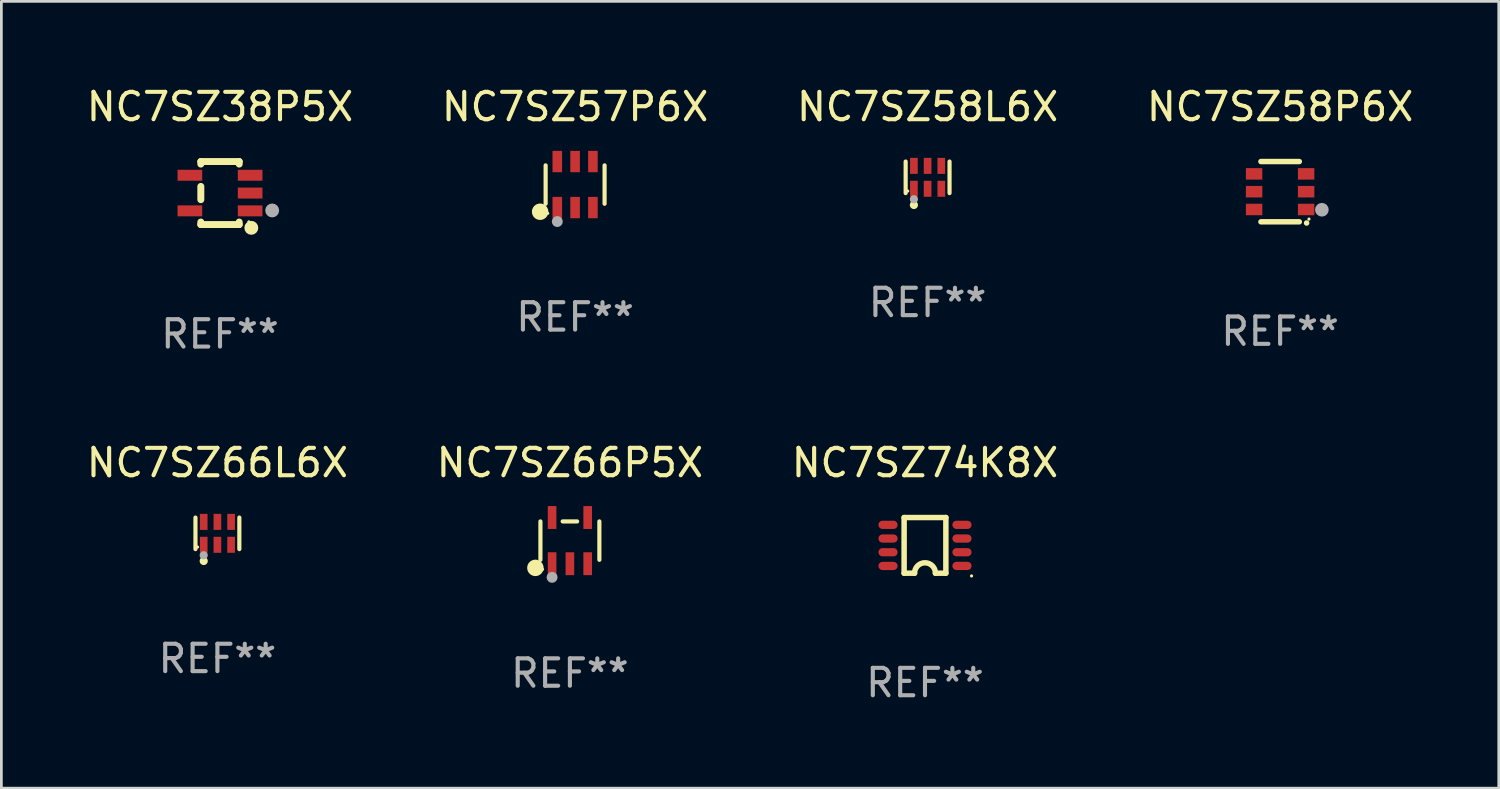
<source format=kicad_pcb>
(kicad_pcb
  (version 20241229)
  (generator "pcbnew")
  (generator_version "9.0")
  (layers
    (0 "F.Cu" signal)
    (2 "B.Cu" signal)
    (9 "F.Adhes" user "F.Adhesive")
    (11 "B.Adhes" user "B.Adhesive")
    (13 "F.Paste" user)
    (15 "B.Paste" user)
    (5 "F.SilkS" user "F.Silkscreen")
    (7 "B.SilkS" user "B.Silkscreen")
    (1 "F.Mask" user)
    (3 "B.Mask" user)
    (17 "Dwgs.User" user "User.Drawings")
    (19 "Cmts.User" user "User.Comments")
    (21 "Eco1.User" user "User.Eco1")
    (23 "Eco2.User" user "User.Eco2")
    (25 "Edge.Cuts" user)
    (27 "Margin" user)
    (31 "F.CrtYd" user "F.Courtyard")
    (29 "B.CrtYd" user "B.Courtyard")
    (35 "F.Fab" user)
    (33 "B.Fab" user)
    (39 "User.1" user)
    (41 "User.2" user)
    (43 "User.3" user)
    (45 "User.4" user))
  (footprint "NC7SZ57P6X"
    (layer "F.Cu")
    (at 17.946 3.688)
    (property "Reference" "NC7SZ57P6X" (at 0 -2.84 0) (layer "F.SilkS") (effects (font (size 1 1) (thickness 0.15))))
    (attr through_hole)
    (fp_line (start -1.076 0.701) (end -1.076 -0.701) (stroke (width 0.152) (type solid)) (layer "F.SilkS"))
    (fp_line (start 1.076 0.701) (end 1.076 -0.701) (stroke (width 0.152) (type solid)) (layer "F.SilkS"))
    (fp_circle (center -1.277 0.992) (end -1.127 0.992) (stroke (width 0.3) (type solid)) (fill no) (layer "F.SilkS"))
    (fp_circle (center -1 1.05) (end -0.97 1.05) (stroke (width 0.06) (type solid)) (fill no) (layer "F.SilkS"))
    (fp_circle (center -0.65 1.35) (end -0.55 1.35) (stroke (width 0.2) (type solid)) (fill no) (layer "F.Fab"))
    (fp_text user "REF**" (at 0 4.84 0) (layer "F.Fab") (effects (font (size 1 1) (thickness 0.15))))
    (pad "1" smd rect (at -0.65 0.84) (size 0.35 0.78) (layers "F.Cu" "F.Mask" "F.Paste"))
    (pad "2" smd rect (at 0 0.84) (size 0.35 0.78) (layers "F.Cu" "F.Mask" "F.Paste"))
    (pad "3" smd rect (at 0.65 0.84) (size 0.35 0.78) (layers "F.Cu" "F.Mask" "F.Paste"))
    (pad "4" smd rect (at 0.65 -0.84) (size 0.35 0.78) (layers "F.Cu" "F.Mask" "F.Paste"))
    (pad "5" smd rect (at 0 -0.84) (size 0.35 0.78) (layers "F.Cu" "F.Mask" "F.Paste"))
    (pad "6" smd rect (at -0.65 -0.84) (size 0.35 0.78) (layers "F.Cu" "F.Mask" "F.Paste")))
  (footprint "NC7SZ74K8X"
    (layer "F.Cu")
    (at 30.72 16.861)
    (property "Reference" "NC7SZ74K8X" (at 0 -3.016 0) (layer "F.SilkS") (effects (font (size 1 1) (thickness 0.15))))
    (attr through_hole)
    (fp_line (start -0.762 -1.016) (end 0.762 -1.016) (stroke (width 0.2) (type solid)) (layer "F.SilkS"))
    (fp_line (start -0.762 1.016) (end -0.762 -1.016) (stroke (width 0.2) (type solid)) (layer "F.SilkS"))
    (fp_line (start -0.381 1.016) (end -0.762 1.016) (stroke (width 0.2) (type solid)) (layer "F.SilkS"))
    (fp_line (start 0.762 -1.016) (end 0.762 1.016) (stroke (width 0.2) (type solid)) (layer "F.SilkS"))
    (fp_line (start 0.762 1.016) (end 0.381 1.016) (stroke (width 0.2) (type solid)) (layer "F.SilkS"))
    (fp_arc (start -0.381051 1.015977) (mid -0.000025 0.635281) (end 0.381001 1.015977) (stroke (width 0.2) (type solid)) (layer "F.SilkS"))
    (fp_circle (center 1.7 1.116) (end 1.73 1.116) (stroke (width 0.06) (type solid)) (fill no) (layer "F.SilkS"))
    (fp_text user "REF**" (at 0 5.016 0) (layer "F.Fab") (effects (font (size 1 1) (thickness 0.15))))
    (pad "1" smd oval (at 1.35 0.75 90) (size 0.3 0.7) (layers "F.Cu" "F.Mask" "F.Paste"))
    (pad "2" smd oval (at 1.35 0.25 90) (size 0.3 0.7) (layers "F.Cu" "F.Mask" "F.Paste"))
    (pad "3" smd oval (at 1.35 -0.25 90) (size 0.3 0.7) (layers "F.Cu" "F.Mask" "F.Paste"))
    (pad "4" smd oval (at 1.35 -0.75 90) (size 0.3 0.7) (layers "F.Cu" "F.Mask" "F.Paste"))
    (pad "5" smd oval (at -1.35 -0.75 90) (size 0.3 0.7) (layers "F.Cu" "F.Mask" "F.Paste"))
    (pad "6" smd oval (at -1.35 -0.25 90) (size 0.3 0.7) (layers "F.Cu" "F.Mask" "F.Paste"))
    (pad "7" smd oval (at -1.35 0.25 90) (size 0.3 0.7) (layers "F.Cu" "F.Mask" "F.Paste"))
    (pad "8" smd oval (at -1.35 0.75 90) (size 0.3 0.7) (layers "F.Cu" "F.Mask" "F.Paste")))
  (footprint "NC7SZ58P6X"
    (layer "F.Cu")
    (at 43.685 3.948)
    (property "Reference" "NC7SZ58P6X" (at 0 -3.1 0) (layer "F.SilkS") (effects (font (size 1 1) (thickness 0.15))))
    (attr through_hole)
    (fp_line (start -0.7 -1.1) (end 0.7 -1.1) (stroke (width 0.2) (type solid)) (layer "F.SilkS"))
    (fp_line (start -0.7 1.1) (end 0.7 1.1) (stroke (width 0.2) (type solid)) (layer "F.SilkS"))
    (fp_arc (start 0.965202 1.143002) (mid 0.966472 1.142996) (end 0.967742 1.143002) (stroke (width 0.2) (type solid)) (layer "F.SilkS"))
    (fp_circle (center 1.053 1) (end 1.083 1) (stroke (width 0.06) (type solid)) (fill no) (layer "F.SilkS"))
    (fp_circle (center 1.524 0.66) (end 1.649 0.66) (stroke (width 0.25) (type solid)) (fill no) (layer "F.Fab"))
    (fp_text user "REF**" (at 0 5.1 0) (layer "F.Fab") (effects (font (size 1 1) (thickness 0.15))))
    (pad "1" smd rect (at 0.95 0.65 90) (size 0.42 0.6) (layers "F.Cu" "F.Mask" "F.Paste"))
    (pad "2" smd rect (at 0.95 0 90) (size 0.42 0.6) (layers "F.Cu" "F.Mask" "F.Paste"))
    (pad "3" smd rect (at 0.95 -0.65 90) (size 0.42 0.6) (layers "F.Cu" "F.Mask" "F.Paste"))
    (pad "4" smd rect (at -0.95 -0.65 270) (size 0.42 0.6) (layers "F.Cu" "F.Mask" "F.Paste"))
    (pad "5" smd rect (at -0.95 0 270) (size 0.42 0.6) (layers "F.Cu" "F.Mask" "F.Paste"))
    (pad "6" smd rect (at -0.95 0.65 270) (size 0.42 0.6) (layers "F.Cu" "F.Mask" "F.Paste")))
  (footprint "NC7SZ58L6X"
    (layer "F.Cu")
    (at 30.815 3.424)
    (property "Reference" "NC7SZ58L6X" (at 0 -2.576 0) (layer "F.SilkS") (effects (font (size 1 1) (thickness 0.15))))
    (attr through_hole)
    (fp_line (start -0.801 0.576) (end -0.801 -0.576) (stroke (width 0.152) (type solid)) (layer "F.SilkS"))
    (fp_line (start 0.801 0.576) (end 0.801 -0.576) (stroke (width 0.152) (type solid)) (layer "F.SilkS"))
    (fp_circle (center -0.725 0.5) (end -0.695 0.5) (stroke (width 0.06) (type solid)) (fill no) (layer "F.SilkS"))
    (fp_circle (center -0.5 1.01) (end -0.425 1.01) (stroke (width 0.15) (type solid)) (fill no) (layer "F.SilkS"))
    (fp_circle (center -0.5 0.8) (end -0.425 0.8) (stroke (width 0.15) (type solid)) (fill no) (layer "F.Fab"))
    (fp_text user "REF**" (at 0 4.576 0) (layer "F.Fab") (effects (font (size 1 1) (thickness 0.15))))
    (pad "1" smd rect (at -0.5 0.418) (size 0.28 0.585) (layers "F.Cu" "F.Mask" "F.Paste"))
    (pad "2" smd rect (at 0 0.418) (size 0.28 0.585) (layers "F.Cu" "F.Mask" "F.Paste"))
    (pad "3" smd rect (at 0.5 0.418) (size 0.28 0.585) (layers "F.Cu" "F.Mask" "F.Paste"))
    (pad "4" smd rect (at 0.5 -0.418) (size 0.28 0.585) (layers "F.Cu" "F.Mask" "F.Paste"))
    (pad "5" smd rect (at 0 -0.418) (size 0.28 0.585) (layers "F.Cu" "F.Mask" "F.Paste"))
    (pad "6" smd rect (at -0.5 -0.418) (size 0.28 0.585) (layers "F.Cu" "F.Mask" "F.Paste")))
  (footprint "NC7SZ38P5X"
    (layer "F.Cu")
    (at 4.982 3.998)
    (property "Reference" "NC7SZ38P5X" (at 0 -3.15 0) (layer "F.SilkS") (effects (font (size 1 1) (thickness 0.15))))
    (attr through_hole)
    (fp_line (start -0.7 -1.15) (end 0.7 -1.15) (stroke (width 0.254) (type solid)) (layer "F.SilkS"))
    (fp_line (start -0.7 -1.058) (end -0.7 -1.15) (stroke (width 0.254) (type solid)) (layer "F.SilkS"))
    (fp_line (start -0.7 0.242) (end -0.7 -0.242) (stroke (width 0.254) (type solid)) (layer "F.SilkS"))
    (fp_line (start -0.7 1.15) (end -0.7 1.058) (stroke (width 0.254) (type solid)) (layer "F.SilkS"))
    (fp_line (start -0.7 1.15) (end 0.7 1.15) (stroke (width 0.254) (type solid)) (layer "F.SilkS"))
    (fp_line (start 0.7 -1.058) (end 0.7 -1.15) (stroke (width 0.254) (type solid)) (layer "F.SilkS"))
    (fp_line (start 0.7 1.15) (end 0.7 1.058) (stroke (width 0.254) (type solid)) (layer "F.SilkS"))
    (fp_circle (center 1.053 1.052) (end 1.083 1.052) (stroke (width 0.06) (type solid)) (fill no) (layer "F.SilkS"))
    (fp_circle (center 1.143 1.27) (end 1.27 1.27) (stroke (width 0.254) (type solid)) (fill no) (layer "F.SilkS"))
    (fp_circle (center 1.905 0.635) (end 2.032 0.635) (stroke (width 0.254) (type solid)) (fill no) (layer "F.Fab"))
    (fp_text user "REF**" (at 0 5.15 0) (layer "F.Fab") (effects (font (size 1 1) (thickness 0.15))))
    (pad "1" smd rect (at 1.1 0.65 90) (size 0.4 0.9) (layers "F.Cu" "F.Mask" "F.Paste"))
    (pad "2" smd rect (at 1.1 0.000076 90) (size 0.4 0.9) (layers "F.Cu" "F.Mask" "F.Paste"))
    (pad "3" smd rect (at 1.1 -0.65 90) (size 0.4 0.9) (layers "F.Cu" "F.Mask" "F.Paste"))
    (pad "4" smd rect (at -1.1 -0.65 90) (size 0.4 0.9) (layers "F.Cu" "F.Mask" "F.Paste"))
    (pad "5" smd rect (at -1.1 0.65 90) (size 0.4 0.9) (layers "F.Cu" "F.Mask" "F.Paste")))
  (footprint "NC7SZ66L6X"
    (layer "F.Cu")
    (at 4.887 16.421)
    (property "Reference" "NC7SZ66L6X" (at 0 -2.576 0) (layer "F.SilkS") (effects (font (size 1 1) (thickness 0.15))))
    (attr through_hole)
    (fp_line (start -0.801 0.576) (end -0.801 -0.576) (stroke (width 0.152) (type solid)) (layer "F.SilkS"))
    (fp_line (start 0.801 0.576) (end 0.801 -0.576) (stroke (width 0.152) (type solid)) (layer "F.SilkS"))
    (fp_circle (center -0.725 0.5) (end -0.695 0.5) (stroke (width 0.06) (type solid)) (fill no) (layer "F.SilkS"))
    (fp_circle (center -0.5 1.01) (end -0.425 1.01) (stroke (width 0.15) (type solid)) (fill no) (layer "F.SilkS"))
    (fp_circle (center -0.5 0.8) (end -0.425 0.8) (stroke (width 0.15) (type solid)) (fill no) (layer "F.Fab"))
    (fp_text user "REF**" (at 0 4.576 0) (layer "F.Fab") (effects (font (size 1 1) (thickness 0.15))))
    (pad "1" smd rect (at -0.5 0.418) (size 0.28 0.585) (layers "F.Cu" "F.Mask" "F.Paste"))
    (pad "2" smd rect (at 0 0.418) (size 0.28 0.585) (layers "F.Cu" "F.Mask" "F.Paste"))
    (pad "3" smd rect (at 0.5 0.418) (size 0.28 0.585) (layers "F.Cu" "F.Mask" "F.Paste"))
    (pad "4" smd rect (at 0.5 -0.418) (size 0.28 0.585) (layers "F.Cu" "F.Mask" "F.Paste"))
    (pad "5" smd rect (at 0 -0.418) (size 0.28 0.585) (layers "F.Cu" "F.Mask" "F.Paste"))
    (pad "6" smd rect (at -0.5 -0.418) (size 0.28 0.585) (layers "F.Cu" "F.Mask" "F.Paste")))
  (footprint "NC7SZ66P5X"
    (layer "F.Cu")
    (at 17.756 16.687)
    (property "Reference" "NC7SZ66P5X" (at 0 -2.843 0) (layer "F.SilkS") (effects (font (size 1 1) (thickness 0.15))))
    (attr through_hole)
    (fp_line (start -1.076 0.701) (end -1.076 -0.701) (stroke (width 0.152) (type solid)) (layer "F.SilkS"))
    (fp_line (start 0.264 -0.701) (end -0.264 -0.701) (stroke (width 0.152) (type solid)) (layer "F.SilkS"))
    (fp_line (start 1.076 0.701) (end 1.076 -0.701) (stroke (width 0.152) (type solid)) (layer "F.SilkS"))
    (fp_circle (center -1.26 0.995) (end -1.11 0.995) (stroke (width 0.3) (type solid)) (fill no) (layer "F.SilkS"))
    (fp_circle (center -1 1.05) (end -0.97 1.05) (stroke (width 0.06) (type solid)) (fill no) (layer "F.SilkS"))
    (fp_circle (center -0.65 1.341) (end -0.55 1.341) (stroke (width 0.2) (type solid)) (fill no) (layer "F.Fab"))
    (fp_text user "REF**" (at 0 4.843 0) (layer "F.Fab") (effects (font (size 1 1) (thickness 0.15))))
    (pad "1" smd rect (at -0.65 0.843) (size 0.315 0.835) (layers "F.Cu" "F.Mask" "F.Paste"))
    (pad "2" smd rect (at 0.00014 0.843) (size 0.315 0.835) (layers "F.Cu" "F.Mask" "F.Paste"))
    (pad "3" smd rect (at 0.65 0.843) (size 0.315 0.835) (layers "F.Cu" "F.Mask" "F.Paste"))
    (pad "4" smd rect (at 0.65 -0.843) (size 0.315 0.835) (layers "F.Cu" "F.Mask" "F.Paste"))
    (pad "5" smd rect (at -0.65 -0.843) (size 0.315 0.835) (layers "F.Cu" "F.Mask" "F.Paste")))
  (gr_rect
    (start -3 -3)
    (end 51.667 25.725)
    (stroke (width 0.1) (type default))
    (fill no)
    (layer "Edge.Cuts")))
</source>
